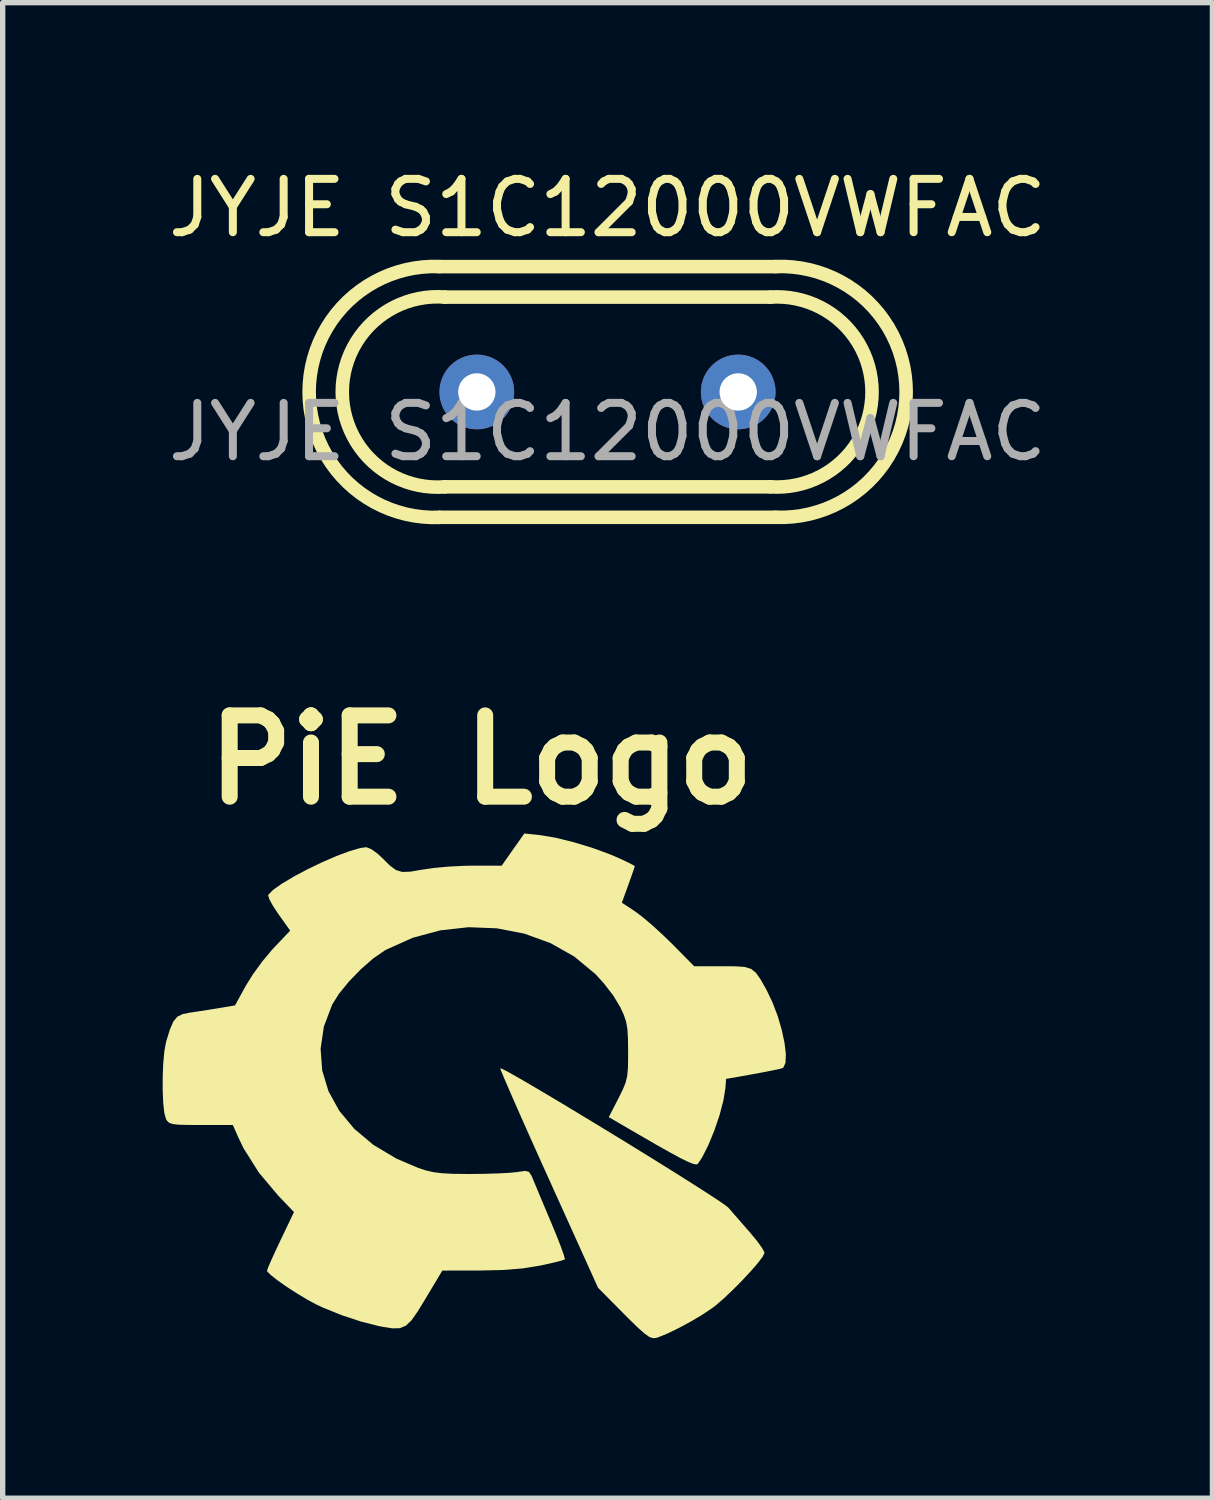
<source format=kicad_pcb>
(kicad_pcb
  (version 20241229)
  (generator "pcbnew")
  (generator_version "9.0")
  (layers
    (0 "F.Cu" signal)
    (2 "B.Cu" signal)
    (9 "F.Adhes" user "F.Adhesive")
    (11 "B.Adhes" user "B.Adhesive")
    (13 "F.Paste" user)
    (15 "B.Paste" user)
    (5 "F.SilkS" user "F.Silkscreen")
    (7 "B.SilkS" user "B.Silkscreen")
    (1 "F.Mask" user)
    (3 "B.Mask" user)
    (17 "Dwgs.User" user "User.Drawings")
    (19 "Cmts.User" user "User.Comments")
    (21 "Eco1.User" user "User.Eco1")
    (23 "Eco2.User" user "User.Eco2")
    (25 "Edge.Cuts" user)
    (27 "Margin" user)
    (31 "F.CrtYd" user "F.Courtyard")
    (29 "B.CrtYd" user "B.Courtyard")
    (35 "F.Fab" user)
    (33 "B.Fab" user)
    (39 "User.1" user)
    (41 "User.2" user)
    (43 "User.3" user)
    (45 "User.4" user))
  (footprint "PiE Logo"
    (layer "F.Cu")
    (at 5.973 17.296)
    (property "Reference" "PiE Logo" (at 0 -6.1 0) (layer "F.SilkS") (effects (font (size 1.524 1.524) (thickness 0.3))))
    (attr board_only exclude_from_pos_files exclude_from_bom)
    (fp_poly (pts (xy 0.402 -0.303) (xy 0.525 -0.238) (xy 0.711 -0.133) (xy 0.953 0.008) (xy 1.239 0.177) (xy 1.561 0.369) (xy 1.908 0.579) (xy 2.271 0.799) (xy 2.64 1.024) (xy 3.005 1.249) (xy 3.356 1.466) (xy 3.684 1.671) (xy 3.978 1.857) (xy 4.23 2.018) (xy 4.429 2.148) (xy 4.566 2.242) (xy 4.63 2.292) (xy 4.631 2.293) (xy 4.733 2.411) (xy 4.873 2.571) (xy 5.021 2.741) (xy 5.04 2.762) (xy 5.165 2.913) (xy 5.259 3.043) (xy 5.306 3.129) (xy 5.308 3.142) (xy 5.274 3.213) (xy 5.182 3.335) (xy 5.046 3.491) (xy 4.883 3.666) (xy 4.708 3.842) (xy 4.536 4.004) (xy 4.382 4.136) (xy 4.336 4.17) (xy 4.152 4.295) (xy 3.93 4.427) (xy 3.698 4.552) (xy 3.484 4.656) (xy 3.315 4.724) (xy 3.274 4.736) (xy 3.215 4.74) (xy 3.148 4.716) (xy 3.059 4.653) (xy 2.935 4.543) (xy 2.763 4.375) (xy 2.669 4.281) (xy 2.188 3.795) (xy 1.262 1.746) (xy 1.072 1.325) (xy 0.896 0.932) (xy 0.738 0.577) (xy 0.602 0.268) (xy 0.492 0.015) (xy 0.411 -0.174) (xy 0.364 -0.288) (xy 0.354 -0.321)) (stroke (width 0) (type solid)) (fill yes) (layer "F.SilkS"))
    (fp_poly (pts (xy 1.11 -4.689) (xy 1.394 -4.641) (xy 1.73 -4.558) (xy 2.083 -4.451) (xy 2.416 -4.329) (xy 2.567 -4.264) (xy 2.722 -4.192) (xy 2.833 -4.136) (xy 2.877 -4.108) (xy 2.877 -4.108) (xy 2.862 -4.057) (xy 2.82 -3.938) (xy 2.762 -3.775) (xy 2.756 -3.758) (xy 2.635 -3.424) (xy 2.893 -3.253) (xy 3.034 -3.146) (xy 3.218 -2.989) (xy 3.417 -2.806) (xy 3.571 -2.657) (xy 3.991 -2.232) (xy 4.518 -2.232) (xy 4.766 -2.231) (xy 4.938 -2.219) (xy 5.057 -2.183) (xy 5.148 -2.11) (xy 5.233 -1.989) (xy 5.336 -1.807) (xy 5.348 -1.786) (xy 5.46 -1.552) (xy 5.557 -1.297) (xy 5.632 -1.039) (xy 5.684 -0.796) (xy 5.709 -0.585) (xy 5.703 -0.424) (xy 5.662 -0.332) (xy 5.643 -0.321) (xy 5.57 -0.302) (xy 5.424 -0.272) (xy 5.227 -0.234) (xy 5.085 -0.208) (xy 4.589 -0.12) (xy 4.576 0.052) (xy 4.539 0.282) (xy 4.467 0.557) (xy 4.369 0.846) (xy 4.257 1.119) (xy 4.142 1.347) (xy 4.06 1.471) (xy 4.031 1.484) (xy 3.974 1.473) (xy 3.879 1.436) (xy 3.74 1.368) (xy 3.546 1.263) (xy 3.289 1.119) (xy 2.961 0.929) (xy 2.742 0.802) (xy 2.39 0.596) (xy 2.572 0.242) (xy 2.653 0.078) (xy 2.705 -0.05) (xy 2.735 -0.175) (xy 2.749 -0.326) (xy 2.752 -0.534) (xy 2.752 -0.639) (xy 2.749 -0.885) (xy 2.738 -1.061) (xy 2.713 -1.197) (xy 2.67 -1.324) (xy 2.606 -1.463) (xy 2.475 -1.681) (xy 2.291 -1.919) (xy 2.136 -2.088) (xy 1.743 -2.414) (xy 1.296 -2.666) (xy 0.808 -2.843) (xy 0.293 -2.943) (xy -0.238 -2.964) (xy -0.77 -2.905) (xy -1.289 -2.765) (xy -1.784 -2.542) (xy -1.811 -2.527) (xy -2.026 -2.379) (xy -2.258 -2.176) (xy -2.482 -1.945) (xy -2.671 -1.713) (xy -2.796 -1.513) (xy -2.952 -1.099) (xy -3.013 -0.685) (xy -2.983 -0.28) (xy -2.865 0.111) (xy -2.663 0.478) (xy -2.381 0.816) (xy -2.023 1.117) (xy -1.592 1.374) (xy -1.191 1.545) (xy -1.041 1.595) (xy -0.898 1.628) (xy -0.737 1.648) (xy -0.531 1.659) (xy -0.256 1.662) (xy -0.198 1.662) (xy 0.071 1.659) (xy 0.324 1.651) (xy 0.533 1.64) (xy 0.674 1.626) (xy 0.684 1.624) (xy 0.818 1.604) (xy 0.892 1.622) (xy 0.941 1.695) (xy 0.974 1.773) (xy 1.022 1.888) (xy 1.098 2.071) (xy 1.194 2.299) (xy 1.299 2.548) (xy 1.32 2.599) (xy 1.416 2.831) (xy 1.493 3.029) (xy 1.545 3.176) (xy 1.567 3.255) (xy 1.566 3.263) (xy 1.509 3.284) (xy 1.379 3.318) (xy 1.198 3.359) (xy 1.105 3.379) (xy 0.781 3.432) (xy 0.406 3.462) (xy -0.031 3.472) (xy -0.731 3.473) (xy -1.05 4.006) (xy -1.196 4.245) (xy -1.311 4.408) (xy -1.416 4.507) (xy -1.528 4.553) (xy -1.667 4.556) (xy -1.852 4.527) (xy -1.931 4.511) (xy -2.256 4.429) (xy -2.615 4.31) (xy -2.96 4.171) (xy -3.101 4.105) (xy -3.272 4.012) (xy -3.462 3.898) (xy -3.65 3.776) (xy -3.817 3.659) (xy -3.944 3.559) (xy -4.012 3.492) (xy -4.018 3.477) (xy -3.998 3.418) (xy -3.943 3.29) (xy -3.861 3.11) (xy -3.765 2.906) (xy -3.512 2.376) (xy -3.808 2.067) (xy -4.171 1.635) (xy -4.458 1.179) (xy -4.554 0.98) (xy -4.658 0.744) (xy -5.254 0.744) (xy -5.507 0.743) (xy -5.678 0.738) (xy -5.787 0.726) (xy -5.852 0.703) (xy -5.89 0.667) (xy -5.911 0.633) (xy -5.942 0.52) (xy -5.963 0.334) (xy -5.973 0.101) (xy -5.973 -0.156) (xy -5.963 -0.409) (xy -5.942 -0.635) (xy -5.911 -0.808) (xy -5.908 -0.819) (xy -5.838 -1.047) (xy -5.773 -1.197) (xy -5.697 -1.287) (xy -5.596 -1.336) (xy -5.471 -1.361) (xy -5.285 -1.389) (xy -5.062 -1.424) (xy -4.926 -1.446) (xy -4.617 -1.498) (xy -4.415 -1.867) (xy -4.278 -2.086) (xy -4.103 -2.326) (xy -3.924 -2.54) (xy -3.898 -2.568) (xy -3.583 -2.9) (xy -3.804 -3.21) (xy -3.906 -3.364) (xy -3.974 -3.489) (xy -3.997 -3.564) (xy -3.995 -3.57) (xy -3.902 -3.665) (xy -3.734 -3.783) (xy -3.513 -3.915) (xy -3.256 -4.051) (xy -2.984 -4.182) (xy -2.716 -4.298) (xy -2.471 -4.39) (xy -2.27 -4.448) (xy -2.156 -4.464) (xy -2.067 -4.43) (xy -1.945 -4.343) (xy -1.858 -4.262) (xy -1.713 -4.119) (xy -1.599 -4.035) (xy -1.482 -4) (xy -1.333 -4.005) (xy -1.121 -4.041) (xy -1.107 -4.043) (xy -0.885 -4.075) (xy -0.607 -4.101) (xy -0.318 -4.115) (xy -0.168 -4.118) (xy 0.382 -4.118) (xy 0.806 -4.721)) (stroke (width 0) (type solid)) (fill yes) (layer "F.SilkS")))
  (footprint "JYJE S1C12000VWFAC"
    (layer "F.Cu")
    (at 8.339 4.298)
    (property "Reference" "JYJE S1C12000VWFAC" (at 0 -3.45 0) (unlocked yes) (layer "F.SilkS") (effects (font (size 1 1) (thickness 0.15))))
    (attr smd)
    (fp_line (start -3.048 -1.778) (end 3.048 -1.778) (stroke (width 0.254) (type solid)) (layer "F.SilkS"))
    (fp_line (start -3.048 1.778) (end 3.048 1.778) (stroke (width 0.254) (type solid)) (layer "F.SilkS"))
    (fp_line (start 3.15 -2.35) (end -3.149 -2.35) (stroke (width 0.254) (type solid)) (layer "F.SilkS"))
    (fp_line (start 3.15 2.35) (end -3.149 2.35) (stroke (width 0.254) (type solid)) (layer "F.SilkS"))
    (fp_arc (start -3.149 2.351) (mid -5.593799 -0.000125) (end -3.148751 -2.35099) (stroke (width 0.254) (type solid)) (layer "F.SilkS"))
    (fp_arc (start -3.048 1.779) (mid -4.9725 0.000161) (end -3.048321 -1.779025) (stroke (width 0.254) (type solid)) (layer "F.SilkS"))
    (fp_arc (start 3.048 -1.778) (mid 4.958601 -0.000784) (end 3.049563 1.778112) (stroke (width 0.254) (type solid)) (layer "F.SilkS"))
    (fp_arc (start 3.15 -2.351) (mid 5.600042 -0.00065) (end 3.1493 2.348971) (stroke (width 0.254) (type solid)) (layer "F.SilkS"))
    (fp_text user "${REFERENCE}" (at 0 0.75 0) (unlocked yes) (layer "F.Fab") (effects (font (size 1 1) (thickness 0.15))))
    (pad "1" thru_hole circle (at -2.45 0) (size 1.4 1.4) (drill 0.7) (layers "*.Cu" "*.Mask"))
    (pad "2" thru_hole circle (at 2.45 0) (size 1.4 1.4) (drill 0.7) (layers "*.Cu" "*.Mask")))
  (gr_rect
    (start -3 -3)
    (end 19.679 25.036)
    (stroke (width 0.1) (type default))
    (fill no)
    (layer "Edge.Cuts")))
</source>
